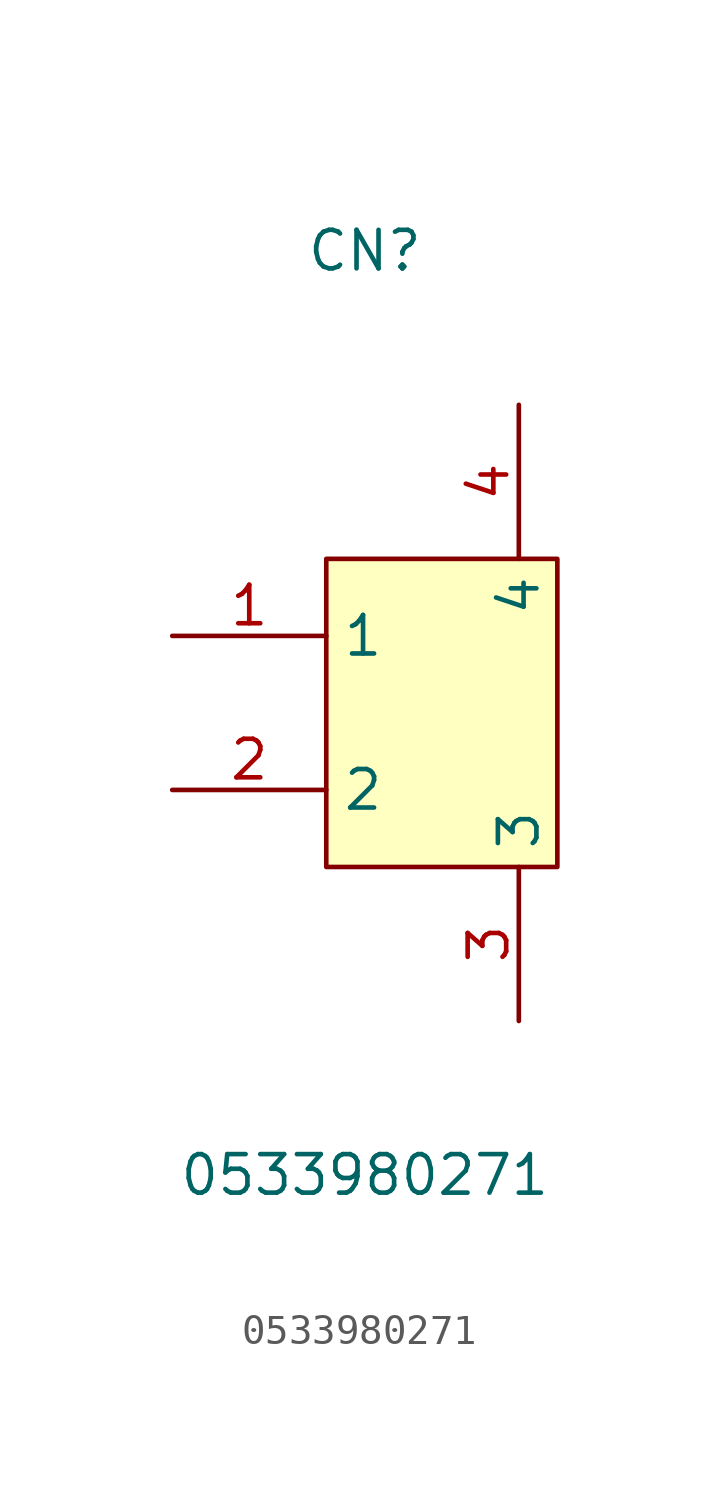
<source format=kicad_sym>
(kicad_symbol_lib
  (version 20211014)
  (generator https://github.com/uPesy/easyeda2kicad.py)
  (symbol "0533980271"
    (property "Reference" "CN"
      (at 0 15.24 0)
      (effects (font (size 1.27 1.27))))
    (property "Value" "0533980271"
      (at 0 -15.24 0)
      (effects (font (size 1.27 1.27))))
    (symbol "0533980271_0_1"
      (rectangle (start -1.27 5.08) (end 6.35 -5.08) (stroke (width 0) (type default) (color 0 0 0 0)) (fill (type background)))
      (pin unspecified line (at -6.35 2.54 0) (length 5.08) (name "1" (effects (font (size 1.27 1.27)))) (number "1" (effects (font (size 1.27 1.27)))))
      (pin unspecified line (at -6.35 -2.54 0) (length 5.08) (name "2" (effects (font (size 1.27 1.27)))) (number "2" (effects (font (size 1.27 1.27)))))
      (pin unspecified line (at 5.08 -10.16 90) (length 5.08) (name "3" (effects (font (size 1.27 1.27)))) (number "3" (effects (font (size 1.27 1.27)))))
      (pin unspecified line (at 5.08 10.16 270) (length 5.08) (name "4" (effects (font (size 1.27 1.27)))) (number "4" (effects (font (size 1.27 1.27))))))))
</source>
